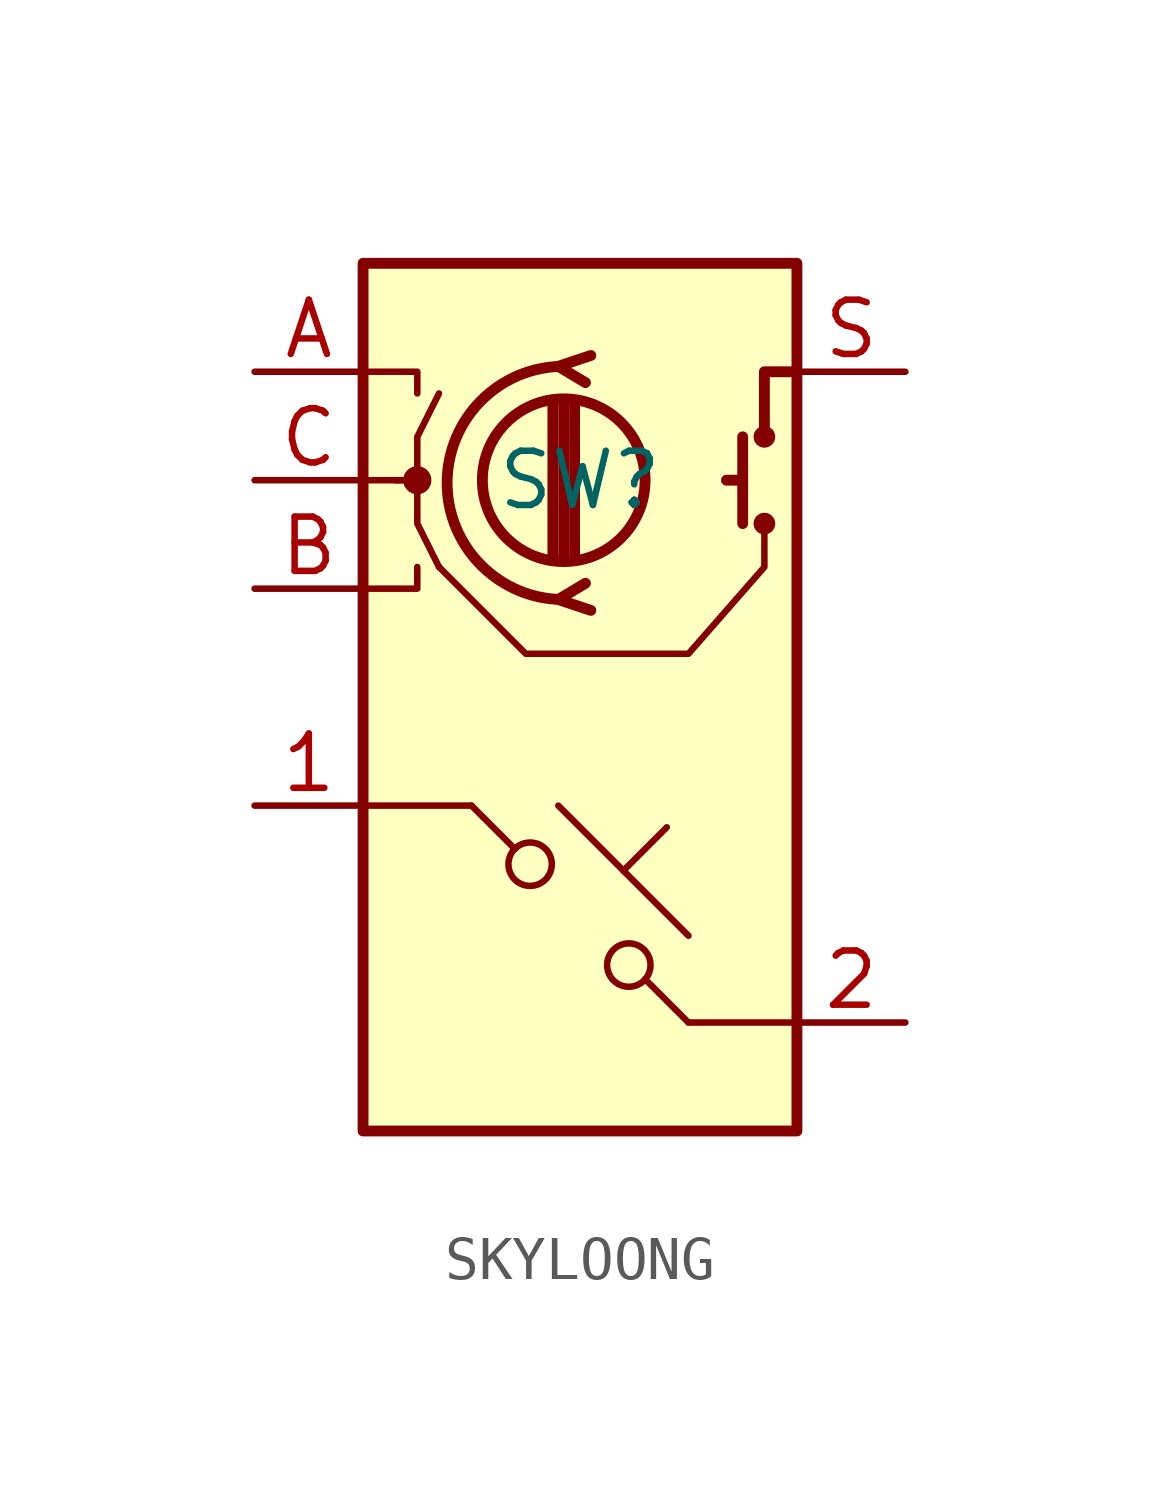
<source format=kicad_sym>
(kicad_symbol_lib
  (version 20220914)
  (generator kicad_symbol_editor)
  (symbol "SKYLOONG"
    (pin_names hide)
    (property "Reference" "SW"
      (at 0 5.08 0)
      (effects (font (size 1.27 1.27))))
    (property "Value" ""
      (at 0 5.08 0)
      (effects (font (size 1.27 1.27))))
    (symbol "SKYLOONG_0_1"
      (rectangle (start -5.08 10.16) (end 5.08 -10.16) (stroke (width 0.254) (type default)) (fill (type background)))
      (circle (center -3.81 5.08) (radius 0.254) (stroke (width 0) (type default)) (fill (type outline)))
      (circle (center -1.168 -3.912) (radius 0.508) (stroke (width 0) (type default)) (fill (type none)))
      (circle (center -0.381 5.08) (radius 1.905) (stroke (width 0.254) (type default)) (fill (type none)))
      (arc (start -0.381 7.747) (mid -3.0988 5.0165) (end -0.381 2.286) (stroke (width 0.254) (type default)) (fill (type none)))
      (polyline (pts (xy -2.54 -2.54) (xy -5.08 -2.54)) (stroke (width 0) (type default)) (fill (type none)))
      (polyline (pts (xy -0.635 3.302) (xy -0.635 6.858)) (stroke (width 0.254) (type default)) (fill (type none)))
      (polyline (pts (xy -0.508 -2.54) (xy 2.54 -5.588)) (stroke (width 0) (type default)) (fill (type none)))
      (polyline (pts (xy -0.381 3.302) (xy -0.381 6.858)) (stroke (width 0.254) (type default)) (fill (type none)))
      (polyline (pts (xy -0.127 6.858) (xy -0.127 3.302)) (stroke (width 0.254) (type default)) (fill (type none)))
      (polyline (pts (xy 1.016 -4.064) (xy 2.032 -3.048)) (stroke (width 0) (type default)) (fill (type none)))
      (polyline (pts (xy 2.54 -7.62) (xy 5.08 -7.62)) (stroke (width 0) (type default)) (fill (type none)))
      (polyline (pts (xy 3.81 5.08) (xy 3.429 5.08)) (stroke (width 0.254) (type default)) (fill (type none)))
      (polyline (pts (xy 3.81 6.096) (xy 3.81 4.064)) (stroke (width 0.254) (type default)) (fill (type none)))
      (polyline (pts (xy -5.08 2.54) (xy -3.81 2.54) (xy -3.81 3.048)) (stroke (width 0) (type default)) (fill (type none)))
      (polyline (pts (xy -5.08 7.62) (xy -3.81 7.62) (xy -3.81 7.112)) (stroke (width 0) (type default)) (fill (type none)))
      (polyline (pts (xy -2.54 -2.54) (xy -1.524 -3.556) (xy -1.524 -3.556)) (stroke (width 0) (type default)) (fill (type none)))
      (polyline (pts (xy 0.254 2.032) (xy -0.508 2.286) (xy 0.127 2.667)) (stroke (width 0.254) (type default)) (fill (type none)))
      (polyline (pts (xy 0.254 8.001) (xy -0.508 7.747) (xy 0.127 7.366)) (stroke (width 0.254) (type default)) (fill (type none)))
      (polyline (pts (xy 5.08 7.62) (xy 4.318 7.62) (xy 4.318 6.096)) (stroke (width 0.254) (type default)) (fill (type none)))
      (polyline (pts (xy -5.08 5.08) (xy -3.81 5.08) (xy -3.81 4.064) (xy -3.302 3.048)) (stroke (width 0) (type default)) (fill (type none)))
      (polyline (pts (xy -4.318 5.08) (xy -3.81 5.08) (xy -3.81 6.096) (xy -3.302 7.112)) (stroke (width 0) (type default)) (fill (type none)))
      (polyline (pts (xy 1.524 -6.604) (xy 2.54 -7.62) (xy 2.54 -7.62) (xy 2.54 -7.62)) (stroke (width 0) (type default)) (fill (type none)))
      (polyline (pts (xy -3.302 3.048) (xy -1.27 1.016) (xy 2.54 1.016) (xy 4.318 3.048) (xy 4.318 4.064)) (stroke (width 0) (type default)) (fill (type none)))
      (circle (center 1.143 -6.274) (radius 0.508) (stroke (width 0) (type default)) (fill (type none)))
      (circle (center 4.318 4.064) (radius 0.127) (stroke (width 0.254) (type default)) (fill (type none)))
      (circle (center 4.318 6.096) (radius 0.127) (stroke (width 0.254) (type default)) (fill (type none))))
    (symbol "SKYLOONG_1_1"
      (pin passive line (at -7.62 -2.54 0) (length 2.54) (name "1" (effects (font (size 1.27 1.27)))) (number "1" (effects (font (size 1.27 1.27)))))
      (pin passive line (at 7.62 -7.62 180) (length 2.54) (name "2" (effects (font (size 1.27 1.27)))) (number "2" (effects (font (size 1.27 1.27)))))
      (pin passive line (at -7.62 7.62 0) (length 2.54) (name "A" (effects (font (size 1.27 1.27)))) (number "A" (effects (font (size 1.27 1.27)))))
      (pin passive line (at -7.62 2.54 0) (length 2.54) (name "B" (effects (font (size 1.27 1.27)))) (number "B" (effects (font (size 1.27 1.27)))))
      (pin passive line (at -7.62 5.08 0) (length 2.54) (name "C" (effects (font (size 1.27 1.27)))) (number "C" (effects (font (size 1.27 1.27)))))
      (pin passive line (at 7.62 7.62 180) (length 2.54) (name "S" (effects (font (size 1.27 1.27)))) (number "S" (effects (font (size 1.27 1.27))))))))
</source>
